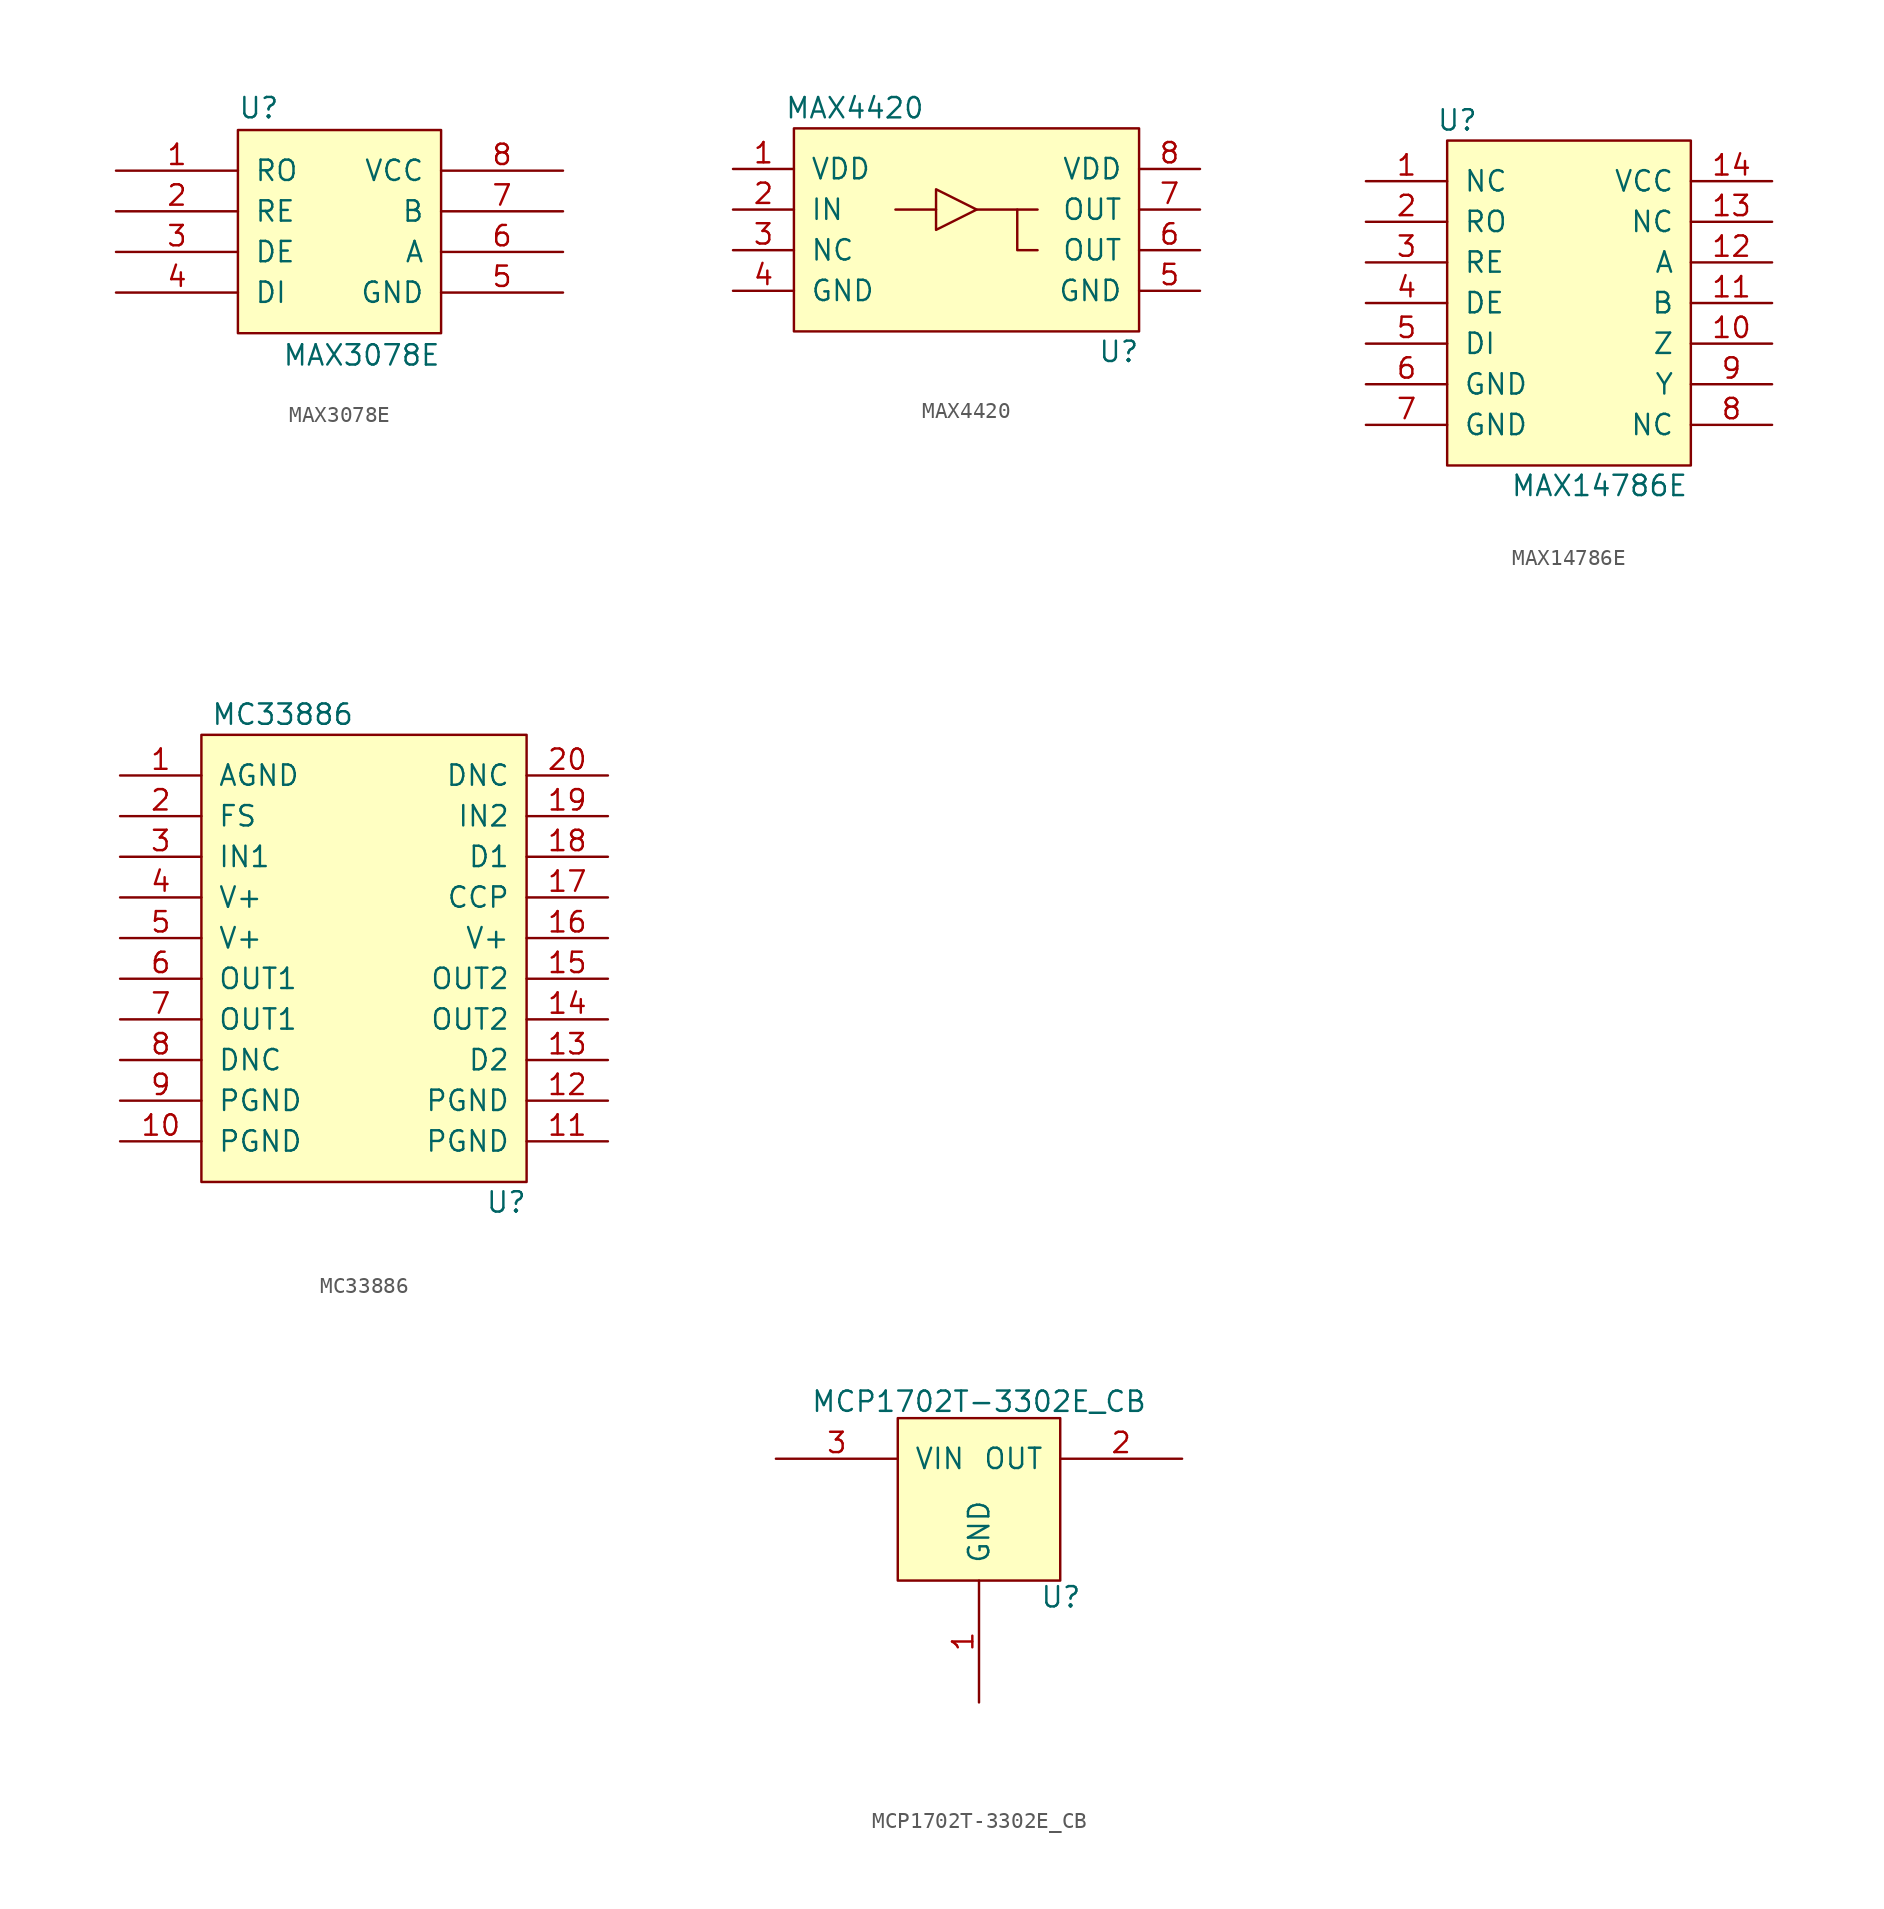
<source format=kicad_sym>
(kicad_symbol_lib
  (version 20211014)
  (generator kicad_symbol_editor)
  (symbol "MAX3078E"
    (pin_names
      (offset 1.016))
    (property "Reference" "U"
      (at -6.35 0.635 0)
      (effects (font (size 1.27 1.27)) (justify left bottom)))
    (property "Value" "MAX3078E"
      (at 6.35 -13.335 0)
      (effects (font (size 1.27 1.27)) (justify right top)))
    (property "Footprint" ""
      (at 1.27 -2.54 0)
      (effects (font (size 1.524 1.524))))
    (property "Datasheet" ""
      (at 1.27 -2.54 0)
      (effects (font (size 1.524 1.524))))
    (symbol "MAX3078E_0_1"
      (rectangle (start -6.35 -12.7) (end 6.35 0) (stroke (width 0) (type default) (color 0 0 0 0)) (fill (type background))))
    (symbol "MAX3078E_1_1"
      (pin output line (at -13.97 -2.54 0) (length 7.62) (name "RO" (effects (font (size 1.27 1.27)))) (number "1" (effects (font (size 1.27 1.27)))))
      (pin input line (at -13.97 -5.08 0) (length 7.62) (name "RE" (effects (font (size 1.27 1.27)))) (number "2" (effects (font (size 1.27 1.27)))))
      (pin input line (at -13.97 -7.62 0) (length 7.62) (name "DE" (effects (font (size 1.27 1.27)))) (number "3" (effects (font (size 1.27 1.27)))))
      (pin input line (at -13.97 -10.16 0) (length 7.62) (name "DI" (effects (font (size 1.27 1.27)))) (number "4" (effects (font (size 1.27 1.27)))))
      (pin power_in line (at 13.97 -10.16 180) (length 7.62) (name "GND" (effects (font (size 1.27 1.27)))) (number "5" (effects (font (size 1.27 1.27)))))
      (pin bidirectional line (at 13.97 -7.62 180) (length 7.62) (name "A" (effects (font (size 1.27 1.27)))) (number "6" (effects (font (size 1.27 1.27)))))
      (pin bidirectional line (at 13.97 -5.08 180) (length 7.62) (name "B" (effects (font (size 1.27 1.27)))) (number "7" (effects (font (size 1.27 1.27)))))
      (pin power_in line (at 13.97 -2.54 180) (length 7.62) (name "VCC" (effects (font (size 1.27 1.27)))) (number "8" (effects (font (size 1.27 1.27)))))))
  (symbol "MAX4420"
    (pin_names
      (offset 1.016))
    (property "Reference" "U"
      (at 8.89 -11.43 0)
      (effects (font (size 1.27 1.27))))
    (property "Value" "MAX4420"
      (at -7.62 3.81 0)
      (effects (font (size 1.27 1.27))))
    (symbol "MAX4420_0_1"
      (rectangle (start -11.43 2.54) (end 10.16 -10.16) (stroke (width 0) (type default) (color 0 0 0 0)) (fill (type background)))
      (polyline (pts (xy -5.08 -2.54) (xy -2.54 -2.54)) (stroke (width 0) (type default) (color 0 0 0 0)) (fill (type none)))
      (polyline (pts (xy 0 -2.54) (xy 3.81 -2.54)) (stroke (width 0) (type default) (color 0 0 0 0)) (fill (type none)))
      (polyline (pts (xy 2.54 -2.54) (xy 2.54 -5.08) (xy 3.81 -5.08)) (stroke (width 0) (type default) (color 0 0 0 0)) (fill (type none)))
      (polyline (pts (xy -2.54 -1.27) (xy -2.54 -3.81) (xy 0 -2.54) (xy -2.54 -1.27)) (stroke (width 0) (type default) (color 0 0 0 0)) (fill (type none))))
    (symbol "MAX4420_1_1"
      (pin input line (at -15.24 0 0) (length 3.81) (name "VDD" (effects (font (size 1.27 1.27)))) (number "1" (effects (font (size 1.27 1.27)))))
      (pin input line (at -15.24 -2.54 0) (length 3.81) (name "IN" (effects (font (size 1.27 1.27)))) (number "2" (effects (font (size 1.27 1.27)))))
      (pin input line (at -15.24 -5.08 0) (length 3.81) (name "NC" (effects (font (size 1.27 1.27)))) (number "3" (effects (font (size 1.27 1.27)))))
      (pin input line (at -15.24 -7.62 0) (length 3.81) (name "GND" (effects (font (size 1.27 1.27)))) (number "4" (effects (font (size 1.27 1.27)))))
      (pin input line (at 13.97 -7.62 180) (length 3.81) (name "GND" (effects (font (size 1.27 1.27)))) (number "5" (effects (font (size 1.27 1.27)))))
      (pin input line (at 13.97 -5.08 180) (length 3.81) (name "OUT" (effects (font (size 1.27 1.27)))) (number "6" (effects (font (size 1.27 1.27)))))
      (pin input line (at 13.97 -2.54 180) (length 3.81) (name "OUT" (effects (font (size 1.27 1.27)))) (number "7" (effects (font (size 1.27 1.27)))))
      (pin input line (at 13.97 0 180) (length 3.81) (name "VDD" (effects (font (size 1.27 1.27)))) (number "8" (effects (font (size 1.27 1.27)))))))
  (symbol "MAX14786E"
    (pin_names
      (offset 1.016))
    (property "Reference" "U"
      (at 0.635 3.81 0)
      (effects (font (size 1.27 1.27))))
    (property "Value" "MAX14786E"
      (at 9.525 -19.05 0)
      (effects (font (size 1.27 1.27))))
    (symbol "MAX14786E_0_1"
      (rectangle (start 0 2.54) (end 15.24 -17.78) (stroke (width 0) (type default) (color 0 0 0 0)) (fill (type background))))
    (symbol "MAX14786E_1_1"
      (pin input line (at -5.08 0 0) (length 5.08) (name "NC" (effects (font (size 1.27 1.27)))) (number "1" (effects (font (size 1.27 1.27)))))
      (pin input line (at 20.32 -10.16 180) (length 5.08) (name "Z" (effects (font (size 1.27 1.27)))) (number "10" (effects (font (size 1.27 1.27)))))
      (pin input line (at 20.32 -7.62 180) (length 5.08) (name "B" (effects (font (size 1.27 1.27)))) (number "11" (effects (font (size 1.27 1.27)))))
      (pin input line (at 20.32 -5.08 180) (length 5.08) (name "A" (effects (font (size 1.27 1.27)))) (number "12" (effects (font (size 1.27 1.27)))))
      (pin input line (at 20.32 -2.54 180) (length 5.08) (name "NC" (effects (font (size 1.27 1.27)))) (number "13" (effects (font (size 1.27 1.27)))))
      (pin input line (at 20.32 0 180) (length 5.08) (name "VCC" (effects (font (size 1.27 1.27)))) (number "14" (effects (font (size 1.27 1.27)))))
      (pin input line (at -5.08 -2.54 0) (length 5.08) (name "RO" (effects (font (size 1.27 1.27)))) (number "2" (effects (font (size 1.27 1.27)))))
      (pin input line (at -5.08 -5.08 0) (length 5.08) (name "RE" (effects (font (size 1.27 1.27)))) (number "3" (effects (font (size 1.27 1.27)))))
      (pin input line (at -5.08 -7.62 0) (length 5.08) (name "DE" (effects (font (size 1.27 1.27)))) (number "4" (effects (font (size 1.27 1.27)))))
      (pin input line (at -5.08 -10.16 0) (length 5.08) (name "DI" (effects (font (size 1.27 1.27)))) (number "5" (effects (font (size 1.27 1.27)))))
      (pin input line (at -5.08 -12.7 0) (length 5.08) (name "GND" (effects (font (size 1.27 1.27)))) (number "6" (effects (font (size 1.27 1.27)))))
      (pin input line (at -5.08 -15.24 0) (length 5.08) (name "GND" (effects (font (size 1.27 1.27)))) (number "7" (effects (font (size 1.27 1.27)))))
      (pin input line (at 20.32 -15.24 180) (length 5.08) (name "NC" (effects (font (size 1.27 1.27)))) (number "8" (effects (font (size 1.27 1.27)))))
      (pin input line (at 20.32 -12.7 180) (length 5.08) (name "Y" (effects (font (size 1.27 1.27)))) (number "9" (effects (font (size 1.27 1.27)))))))
  (symbol "MC33886"
    (pin_names
      (offset 1.016))
    (property "Reference" "U"
      (at 19.05 -26.67 0)
      (effects (font (size 1.27 1.27))))
    (property "Value" "MC33886"
      (at 5.08 3.81 0)
      (effects (font (size 1.27 1.27))))
    (symbol "MC33886_0_1"
      (rectangle (start 0 2.54) (end 20.32 -25.4) (stroke (width 0) (type default) (color 0 0 0 0)) (fill (type background))))
    (symbol "MC33886_1_1"
      (pin input line (at -5.08 0 0) (length 5.08) (name "AGND" (effects (font (size 1.27 1.27)))) (number "1" (effects (font (size 1.27 1.27)))))
      (pin input line (at -5.08 -22.86 0) (length 5.08) (name "PGND" (effects (font (size 1.27 1.27)))) (number "10" (effects (font (size 1.27 1.27)))))
      (pin input line (at 25.4 -22.86 180) (length 5.08) (name "PGND" (effects (font (size 1.27 1.27)))) (number "11" (effects (font (size 1.27 1.27)))))
      (pin input line (at 25.4 -20.32 180) (length 5.08) (name "PGND" (effects (font (size 1.27 1.27)))) (number "12" (effects (font (size 1.27 1.27)))))
      (pin input line (at 25.4 -17.78 180) (length 5.08) (name "D2" (effects (font (size 1.27 1.27)))) (number "13" (effects (font (size 1.27 1.27)))))
      (pin input line (at 25.4 -15.24 180) (length 5.08) (name "OUT2" (effects (font (size 1.27 1.27)))) (number "14" (effects (font (size 1.27 1.27)))))
      (pin input line (at 25.4 -12.7 180) (length 5.08) (name "OUT2" (effects (font (size 1.27 1.27)))) (number "15" (effects (font (size 1.27 1.27)))))
      (pin input line (at 25.4 -10.16 180) (length 5.08) (name "V+" (effects (font (size 1.27 1.27)))) (number "16" (effects (font (size 1.27 1.27)))))
      (pin input line (at 25.4 -7.62 180) (length 5.08) (name "CCP" (effects (font (size 1.27 1.27)))) (number "17" (effects (font (size 1.27 1.27)))))
      (pin input line (at 25.4 -5.08 180) (length 5.08) (name "D1" (effects (font (size 1.27 1.27)))) (number "18" (effects (font (size 1.27 1.27)))))
      (pin input line (at 25.4 -2.54 180) (length 5.08) (name "IN2" (effects (font (size 1.27 1.27)))) (number "19" (effects (font (size 1.27 1.27)))))
      (pin input line (at -5.08 -2.54 0) (length 5.08) (name "FS" (effects (font (size 1.27 1.27)))) (number "2" (effects (font (size 1.27 1.27)))))
      (pin input line (at 25.4 0 180) (length 5.08) (name "DNC" (effects (font (size 1.27 1.27)))) (number "20" (effects (font (size 1.27 1.27)))))
      (pin input line (at -5.08 -5.08 0) (length 5.08) (name "IN1" (effects (font (size 1.27 1.27)))) (number "3" (effects (font (size 1.27 1.27)))))
      (pin input line (at -5.08 -7.62 0) (length 5.08) (name "V+" (effects (font (size 1.27 1.27)))) (number "4" (effects (font (size 1.27 1.27)))))
      (pin input line (at -5.08 -10.16 0) (length 5.08) (name "V+" (effects (font (size 1.27 1.27)))) (number "5" (effects (font (size 1.27 1.27)))))
      (pin input line (at -5.08 -12.7 0) (length 5.08) (name "OUT1" (effects (font (size 1.27 1.27)))) (number "6" (effects (font (size 1.27 1.27)))))
      (pin input line (at -5.08 -15.24 0) (length 5.08) (name "OUT1" (effects (font (size 1.27 1.27)))) (number "7" (effects (font (size 1.27 1.27)))))
      (pin input line (at -5.08 -17.78 0) (length 5.08) (name "DNC" (effects (font (size 1.27 1.27)))) (number "8" (effects (font (size 1.27 1.27)))))
      (pin input line (at -5.08 -20.32 0) (length 5.08) (name "PGND" (effects (font (size 1.27 1.27)))) (number "9" (effects (font (size 1.27 1.27)))))))
  (symbol "MCP1702T-3302E_CB"
    (pin_names
      (offset 1.016))
    (property "Reference" "U"
      (at 3.81 -9.398 0)
      (effects (font (size 1.27 1.27)) (justify left bottom)))
    (property "Value" "MCP1702T-3302E_CB"
      (at 0 4.318 0)
      (effects (font (size 1.27 1.27)) (justify top)))
    (property "Footprint" ""
      (at -6.35 44.45 0)
      (effects (font (size 1.524 1.524))))
    (property "Datasheet" ""
      (at -6.35 44.45 0)
      (effects (font (size 1.524 1.524))))
    (symbol "MCP1702T-3302E_CB_0_1"
      (rectangle (start -5.08 2.54) (end 5.08 -7.62) (stroke (width 0) (type default) (color 0 0 0 0)) (fill (type background))))
    (symbol "MCP1702T-3302E_CB_1_1"
      (pin input line (at 0 -15.24 90) (length 7.62) (name "GND" (effects (font (size 1.27 1.27)))) (number "1" (effects (font (size 1.27 1.27)))))
      (pin input line (at 12.7 0 180) (length 7.62) (name "OUT" (effects (font (size 1.27 1.27)))) (number "2" (effects (font (size 1.27 1.27)))))
      (pin input line (at -12.7 0 0) (length 7.62) (name "VIN" (effects (font (size 1.27 1.27)))) (number "3" (effects (font (size 1.27 1.27))))))))
</source>
